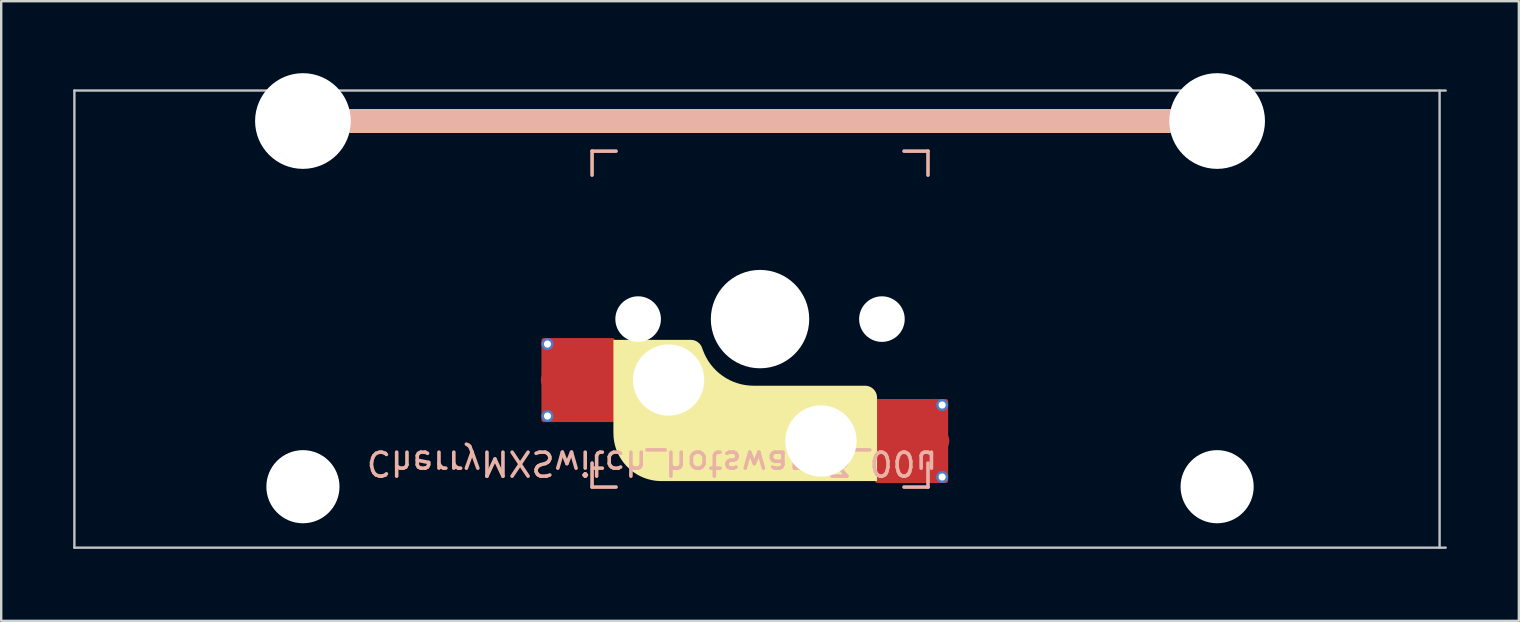
<source format=kicad_pcb>
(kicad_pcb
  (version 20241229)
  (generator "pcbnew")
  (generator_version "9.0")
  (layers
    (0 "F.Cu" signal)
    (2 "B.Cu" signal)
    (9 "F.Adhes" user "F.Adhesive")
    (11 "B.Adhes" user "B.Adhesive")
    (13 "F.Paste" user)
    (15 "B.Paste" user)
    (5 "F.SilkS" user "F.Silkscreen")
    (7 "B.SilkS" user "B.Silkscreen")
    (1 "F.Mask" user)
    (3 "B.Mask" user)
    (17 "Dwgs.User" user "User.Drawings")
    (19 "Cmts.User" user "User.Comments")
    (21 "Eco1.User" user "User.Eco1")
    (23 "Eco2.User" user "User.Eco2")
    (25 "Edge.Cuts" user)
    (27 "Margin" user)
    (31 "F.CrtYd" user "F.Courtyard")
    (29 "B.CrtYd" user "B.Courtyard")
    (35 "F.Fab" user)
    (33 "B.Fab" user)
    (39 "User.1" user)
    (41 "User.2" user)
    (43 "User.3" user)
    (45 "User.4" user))
  (footprint "CherryMXSwitch_hotswap_3_00u"
    (layer "F.Cu")
    (at 28.625 10.249)
    (property "Reference" "CherryMXSwitch_hotswap_3_00u" (at -4.5 6 180) (unlocked yes) (layer "B.SilkS") (effects (font (size 1 1) (thickness 0.15)) (justify mirror)))
    (attr smd)
    (fp_poly (pts (xy 4.877 3.276) (xy 4.876 3.252) (xy 4.875 3.227) (xy 4.872 3.203) (xy 4.867 3.178) (xy 4.862 3.154) (xy 4.855 3.131) (xy 4.848 3.108) (xy 4.839 3.085) (xy 4.829 3.063) (xy 4.818 3.041) (xy 4.806 3.02) (xy 4.793 2.999) (xy 4.779 2.979) (xy 4.764 2.959) (xy 4.748 2.941) (xy 4.731 2.923) (xy 4.713 2.906) (xy 4.694 2.89) (xy 4.675 2.874) (xy 4.654 2.86) (xy 4.634 2.847) (xy 4.612 2.835) (xy 4.591 2.824) (xy 4.568 2.814) (xy 4.546 2.806) (xy 4.522 2.798) (xy 4.499 2.791) (xy 4.475 2.786) (xy 4.451 2.782) (xy 4.426 2.779) (xy 4.402 2.777) (xy 4.377 2.776) (xy -0.266 2.776) (xy -0.442 2.769) (xy -0.615 2.749) (xy -0.784 2.716) (xy -0.95 2.67) (xy -1.11 2.612) (xy -1.265 2.542) (xy -1.414 2.461) (xy -1.556 2.369) (xy -1.691 2.267) (xy -1.818 2.155) (xy -1.937 2.033) (xy -2.046 1.902) (xy -2.146 1.763) (xy -2.235 1.615) (xy -2.313 1.459) (xy -2.38 1.296) (xy -2.417 1.195) (xy -2.424 1.176) (xy -2.432 1.158) (xy -2.44 1.141) (xy -2.449 1.124) (xy -2.459 1.107) (xy -2.469 1.091) (xy -2.48 1.075) (xy -2.491 1.06) (xy -2.503 1.045) (xy -2.515 1.031) (xy -2.528 1.017) (xy -2.542 1.004) (xy -2.556 0.991) (xy -2.57 0.979) (xy -2.585 0.967) (xy -2.6 0.956) (xy -2.615 0.945) (xy -2.631 0.936) (xy -2.648 0.926) (xy -2.665 0.918) (xy -2.682 0.91) (xy -2.699 0.902) (xy -2.717 0.895) (xy -2.735 0.889) (xy -2.753 0.884) (xy -2.771 0.879) (xy -2.79 0.875) (xy -2.809 0.872) (xy -2.828 0.869) (xy -2.848 0.867) (xy -2.867 0.866) (xy -2.887 0.866) (xy -6.11 0.866) (xy -6.11 4.75) (xy -6.107 4.853) (xy -6.1 4.954) (xy -6.087 5.055) (xy -6.069 5.153) (xy -6.047 5.25) (xy -6.02 5.345) (xy -5.989 5.438) (xy -5.953 5.528) (xy -5.913 5.617) (xy -5.869 5.703) (xy -5.82 5.787) (xy -5.768 5.868) (xy -5.713 5.947) (xy -5.653 6.022) (xy -5.59 6.095) (xy -5.524 6.164) (xy -5.455 6.23) (xy -5.382 6.293) (xy -5.307 6.353) (xy -5.228 6.408) (xy -5.147 6.46) (xy -5.063 6.509) (xy -4.977 6.553) (xy -4.888 6.593) (xy -4.798 6.629) (xy -4.705 6.66) (xy -4.61 6.687) (xy -4.513 6.709) (xy -4.415 6.727) (xy -4.314 6.74) (xy -4.213 6.747) (xy -4.11 6.75) (xy 4.877 6.75)) (stroke (width 0) (type solid)) (fill yes) (layer "F.SilkS"))
    (fp_line (start -7 -7) (end -6 -7) (stroke (width 0.15) (type solid)) (layer "B.SilkS"))
    (fp_line (start -7 -6) (end -7 -7) (stroke (width 0.15) (type solid)) (layer "B.SilkS"))
    (fp_line (start -7 6) (end -7 7) (stroke (width 0.15) (type solid)) (layer "B.SilkS"))
    (fp_line (start -7 7) (end -6 7) (stroke (width 0.15) (type solid)) (layer "B.SilkS"))
    (fp_line (start 6 -7) (end 7 -7) (stroke (width 0.15) (type solid)) (layer "B.SilkS"))
    (fp_line (start 7 -7) (end 7 -6) (stroke (width 0.15) (type solid)) (layer "B.SilkS"))
    (fp_line (start 7 7) (end 6 7) (stroke (width 0.15) (type solid)) (layer "B.SilkS"))
    (fp_line (start 7 7) (end 7 6) (stroke (width 0.15) (type solid)) (layer "B.SilkS"))
    (fp_line (start 19.05 -8.255) (end -19.05 -8.255) (stroke (width 1) (type solid)) (layer "B.SilkS"))
    (fp_line (start -28.575 -9.525) (end -28.575 9.525) (stroke (width 0.1) (type solid)) (layer "Dwgs.User"))
    (fp_line (start -28.575 9.525) (end 28.575 9.525) (stroke (width 0.1) (type solid)) (layer "Dwgs.User"))
    (fp_line (start 28.321 9.525) (end 28.321 -9.525) (stroke (width 0.1) (type solid)) (layer "Dwgs.User"))
    (fp_line (start 28.575 -9.525) (end -28.575 -9.525) (stroke (width 0.1) (type solid)) (layer "Dwgs.User"))
    (fp_line (start -7 -7) (end 7 -7) (stroke (width 0.1) (type solid)) (layer "Eco1.User"))
    (fp_line (start -7 7) (end -7 -7) (stroke (width 0.1) (type solid)) (layer "Eco1.User"))
    (fp_line (start 7 -7) (end 7 7) (stroke (width 0.1) (type solid)) (layer "Eco1.User"))
    (fp_line (start 7 7) (end -7 7) (stroke (width 0.1) (type solid)) (layer "Eco1.User"))
    (fp_rect (start 1.75 -3.25) (end -1.75 -6.35) (stroke (width 0.1) (type solid)) (fill no) (layer "Eco1.User"))
    (fp_line (start 0 0) (end 0 -4.8) (stroke (width 0.1) (type solid)) (layer "Eco2.User"))
    (fp_line (start 0 0) (end 8.262 0) (stroke (width 0.1) (type solid)) (layer "Eco2.User"))
    (pad "" np_thru_hole circle (at -19.05 -8.255 180) (size 3.988 3.988) (drill 3.988) (layers "*.Cu" "*.Mask"))
    (pad "" np_thru_hole circle (at -19.05 6.985 180) (size 3.048 3.048) (drill 3.048) (layers "*.Cu" "*.Mask"))
    (pad "" np_thru_hole circle (at -5.08 0) (size 1.9 1.9) (drill 1.9) (layers "*.Cu" "*.Mask"))
    (pad "" np_thru_hole circle (at -3.81 2.54) (size 3 3) (drill 2.97) (layers "*.Cu" "*.Mask"))
    (pad "" np_thru_hole circle (at 0 0 270) (size 4.1 4.1) (drill 4.1) (layers "*.Cu" "*.Mask"))
    (pad "" np_thru_hole circle (at 2.54 5.08) (size 3 3) (drill 2.97) (layers "*.Cu" "*.Mask"))
    (pad "" np_thru_hole circle (at 5.08 0) (size 1.9 1.9) (drill 1.9) (layers "*.Cu" "*.Mask"))
    (pad "" np_thru_hole circle (at 19.05 -8.255 180) (size 3.988 3.988) (drill 3.988) (layers "*.Cu" "*.Mask"))
    (pad "" np_thru_hole circle (at 19.05 6.985 180) (size 3.048 3.048) (drill 3.048) (layers "*.Cu" "*.Mask"))
    (pad "1" thru_hole circle (at -8.86 1.04) (size 0.5 0.5) (drill 0.3) (layers "*.Cu" "B.Mask"))
    (pad "1" thru_hole circle (at -8.86 4.04) (size 0.5 0.5) (drill 0.3) (layers "*.Cu" "B.Mask"))
    (pad "1" smd circle (at -8.635 2.54 180) (size 1 1) (layers "F.Cu" "F.Mask" "F.Paste"))
    (pad "1" smd roundrect (at -7.585 2.54 180) (size 3.05 3.5) (layers "F.Cu") (roundrect_rratio 0.029))
    (pad "1" smd roundrect (at -7.385 2.54 180) (size 2.55 2.5) (layers "F.Cu" "F.Mask" "F.Paste") (roundrect_rratio 0.1))
    (pad "2" smd roundrect (at 6.115 5.08) (size 2.55 2.5) (layers "F.Cu" "F.Mask" "F.Paste") (roundrect_rratio 0.1))
    (pad "2" smd roundrect (at 6.315 5.08) (size 3.05 3.5) (layers "F.Cu") (roundrect_rratio 0.029))
    (pad "2" smd circle (at 7.39 5.08 180) (size 1 1) (layers "F.Cu" "F.Mask" "F.Paste"))
    (pad "2" thru_hole circle (at 7.59 3.58 180) (size 0.5 0.5) (drill 0.3) (layers "*.Cu" "B.Mask"))
    (pad "2" thru_hole circle (at 7.59 6.58 180) (size 0.5 0.5) (drill 0.3) (layers "*.Cu" "B.Mask")))
  (gr_rect
    (start -3 -3)
    (end 60.25 22.824)
    (stroke (width 0.1) (type default))
    (fill no)
    (layer "Edge.Cuts")))
</source>
